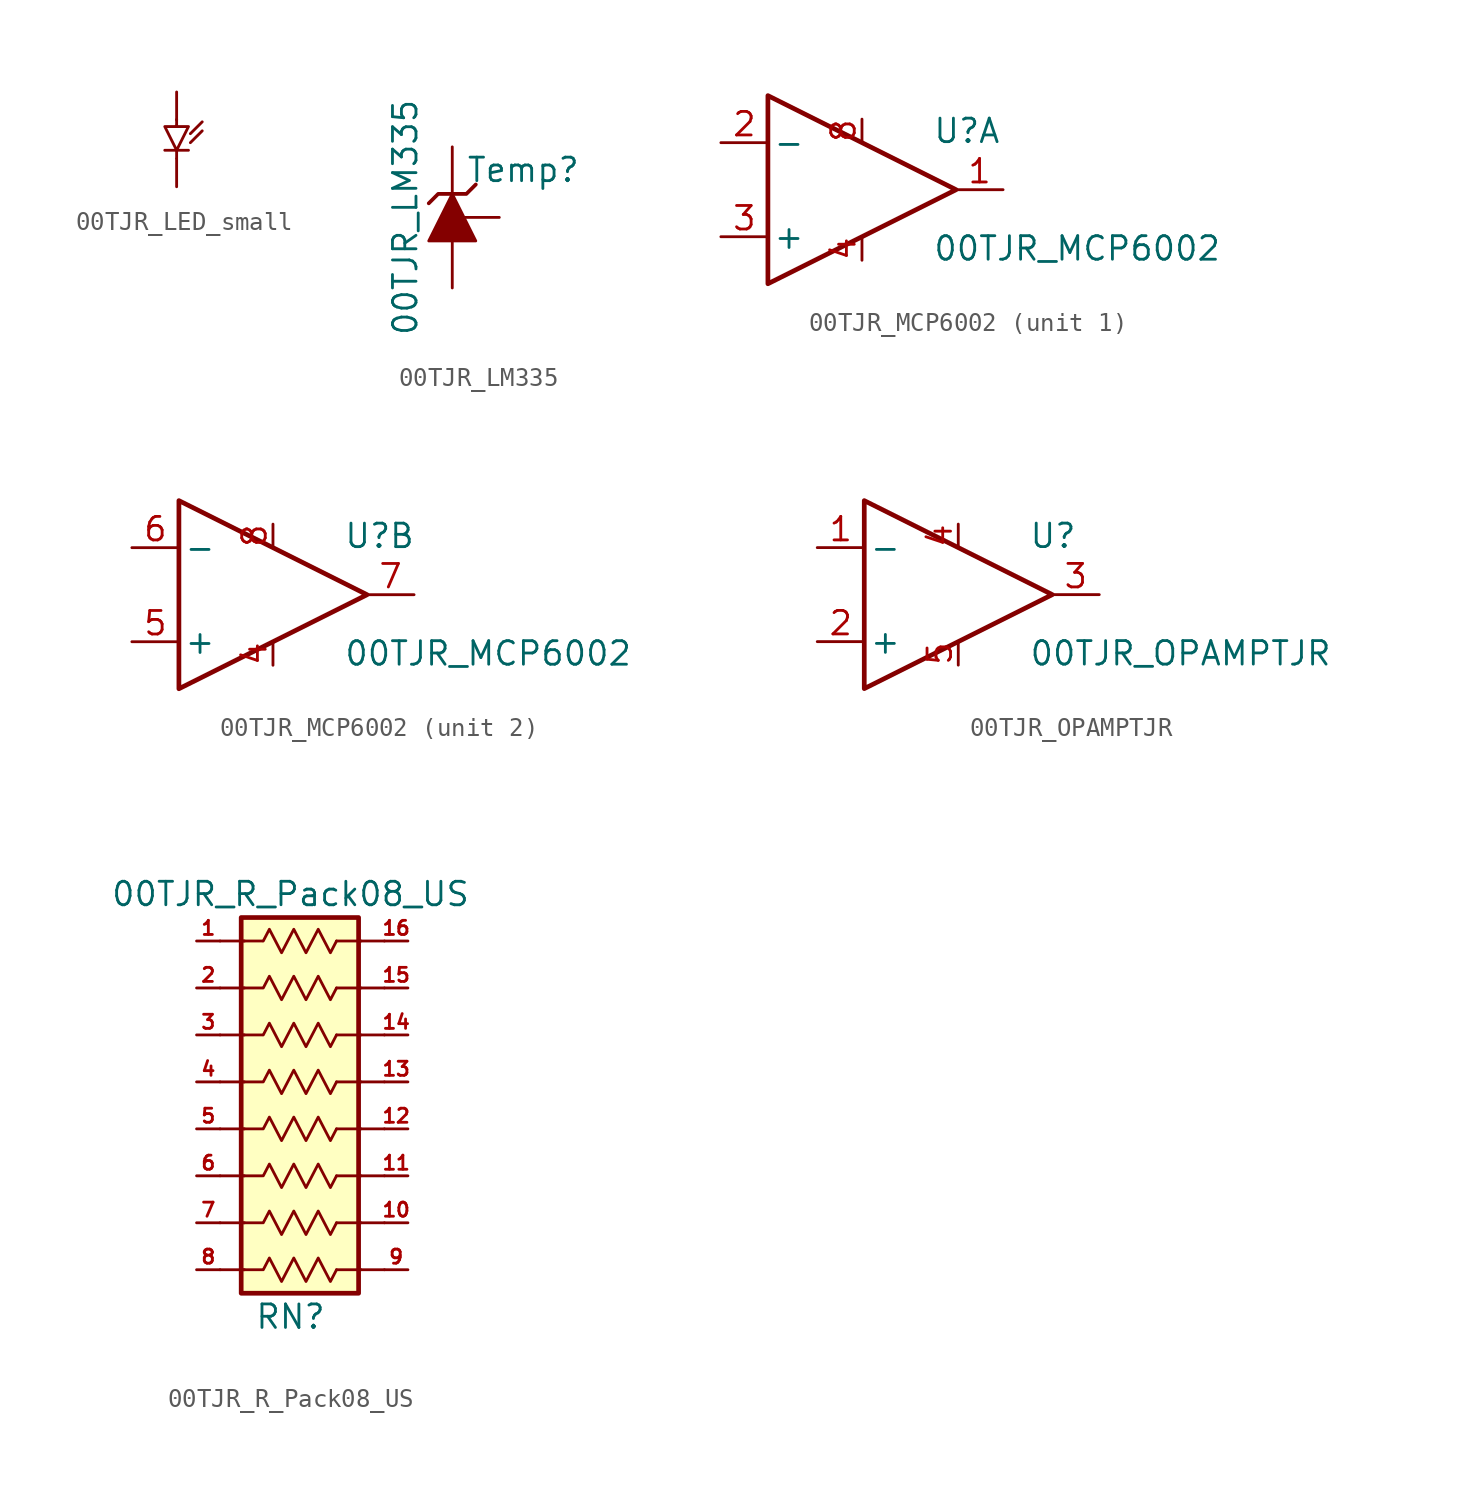
<source format=kicad_sym>
(kicad_symbol_lib
  (version 20220914)
  (generator kicad_symbol_editor)
  (symbol "00TJR_LED_small"
    (pin_numbers hide)
    (pin_names
      (offset 1.016) hide)
    (property "Reference" "D"
      (at -6.35 -1.27 90)
      (effects (font (size 1.27 1.27)) hide))
    (symbol "00TJR_LED_small_0_1"
      (polyline (pts (xy -0.635 -1.854) (xy 0.635 -1.854)) (stroke (width 0) (type solid)) (fill (type none)))
      (polyline (pts (xy 0 -1.829) (xy 0 -2.286)) (stroke (width 0) (type solid)) (fill (type none)))
      (polyline (pts (xy 0.737 -0.965) (xy 1.372 -0.33)) (stroke (width 0) (type solid)) (fill (type none)))
      (polyline (pts (xy 0 -0.203) (xy 0 -0.533) (xy -0.025 -0.533)) (stroke (width 0) (type solid)) (fill (type none)))
      (polyline (pts (xy -0.635 -0.584) (xy 0.635 -0.584) (xy 0 -1.854) (xy -0.635 -0.584)) (stroke (width 0) (type solid)) (fill (type none))))
    (symbol "00TJR_LED_small_1_1"
      (polyline (pts (xy 0.737 -1.448) (xy 1.372 -0.813)) (stroke (width 0) (type solid)) (fill (type none)))
      (pin passive line (at 0 -3.81 90) (length 1.499) (name "K" (effects (font (size 1.27 1.27)))) (number "1" (effects (font (size 1.27 1.27)))))
      (pin passive line (at 0 1.27 270) (length 1.499) (name "A" (effects (font (size 1.27 1.27)))) (number "2" (effects (font (size 1.27 1.27)))))))
  (symbol "00TJR_LM335"
    (pin_numbers hide)
    (pin_names
      (offset 1.016) hide)
    (property "Reference" "Temp"
      (at 3.835 1.295 0)
      (effects (font (size 1.27 1.27))))
    (property "Value" "00TJR_LM335"
      (at -2.54 -1.27 90)
      (effects (font (size 1.27 1.27))))
    (property "Footprint" ""
      (at 0 -1.27 90)
      (effects (font (size 1.27 1.27))))
    (property "Datasheet" ""
      (at 0 -1.27 90)
      (effects (font (size 1.27 1.27))))
    (symbol "00TJR_LM335_0_1"
      (polyline (pts (xy 0 0) (xy 1.27 -2.54) (xy -1.27 -2.54) (xy 0 0) (xy 0 0)) (stroke (width 0) (type solid)) (fill (type outline)))
      (polyline (pts (xy 1.27 0.508) (xy 0.762 0) (xy -0.762 0) (xy -1.27 -0.508) (xy -1.27 -0.508)) (stroke (width 0.203) (type solid)) (fill (type none))))
    (symbol "00TJR_LM335_1_1"
      (pin passive line (at 0 2.54 270) (length 2.54) (name "K" (effects (font (size 1.27 1.27)))) (number "1" (effects (font (size 1.27 1.27)))))
      (pin passive line (at 2.54 -1.27 180) (length 2.997) (name "K" (effects (font (size 1.27 1.27)))) (number "1" (effects (font (size 1.27 1.27)))))
      (pin passive line (at 0 -5.08 90) (length 2.54) (name "A" (effects (font (size 1.27 1.27)))) (number "2" (effects (font (size 1.27 1.27)))))))
  (symbol "00TJR_MCP6002"
    (pin_names
      (offset 0.254))
    (property "Reference" "U"
      (at 3.81 3.175 0)
      (effects (font (size 1.27 1.27)) (justify left)))
    (property "Value" "00TJR_MCP6002"
      (at 3.81 -3.175 0)
      (effects (font (size 1.27 1.27)) (justify left)))
    (symbol "00TJR_MCP6002_0_1"
      (polyline (pts (xy 5.08 0) (xy -5.08 5.08) (xy -5.08 -5.08) (xy 5.08 0)) (stroke (width 0.254) (type solid)) (fill (type none)))
      (pin power_in line (at 0 -3.81 90) (length 1.245) (name "VSS" (effects (font (size 0 0)))) (number "4" (effects (font (size 1.27 1.27)))))
      (pin power_in line (at 0 3.81 270) (length 1.245) (name "VDD" (effects (font (size 0 0)))) (number "8" (effects (font (size 1.27 1.27))))))
    (symbol "00TJR_MCP6002_1_1"
      (pin output line (at 7.62 0 180) (length 2.54) (name "~" (effects (font (size 1.27 1.27)))) (number "1" (effects (font (size 1.27 1.27)))))
      (pin input line (at -7.62 2.54 0) (length 2.54) (name "-" (effects (font (size 1.27 1.27)))) (number "2" (effects (font (size 1.27 1.27)))))
      (pin input line (at -7.62 -2.54 0) (length 2.54) (name "+" (effects (font (size 1.27 1.27)))) (number "3" (effects (font (size 1.27 1.27))))))
    (symbol "00TJR_MCP6002_2_1"
      (pin input line (at -7.62 -2.54 0) (length 2.54) (name "+" (effects (font (size 1.27 1.27)))) (number "5" (effects (font (size 1.27 1.27)))))
      (pin input line (at -7.62 2.54 0) (length 2.54) (name "-" (effects (font (size 1.27 1.27)))) (number "6" (effects (font (size 1.27 1.27)))))
      (pin output line (at 7.62 0 180) (length 2.54) (name "~" (effects (font (size 1.27 1.27)))) (number "7" (effects (font (size 1.27 1.27)))))))
  (symbol "00TJR_OPAMPTJR"
    (pin_names
      (offset 0.254))
    (property "Reference" "U"
      (at 3.81 3.175 0)
      (effects (font (size 1.27 1.27)) (justify left)))
    (property "Value" "00TJR_OPAMPTJR"
      (at 3.81 -3.175 0)
      (effects (font (size 1.27 1.27)) (justify left)))
    (symbol "00TJR_OPAMPTJR_0_1"
      (polyline (pts (xy 5.08 0) (xy -5.08 5.08) (xy -5.08 -5.08) (xy 5.08 0)) (stroke (width 0.254) (type solid)) (fill (type none))))
    (symbol "00TJR_OPAMPTJR_1_1"
      (pin input line (at -7.62 2.54 0) (length 2.54) (name "-" (effects (font (size 1.27 1.27)))) (number "1" (effects (font (size 1.27 1.27)))))
      (pin input line (at -7.62 -2.54 0) (length 2.54) (name "+" (effects (font (size 1.27 1.27)))) (number "2" (effects (font (size 1.27 1.27)))))
      (pin output line (at 7.62 0 180) (length 2.54) (name "~" (effects (font (size 1.27 1.27)))) (number "3" (effects (font (size 1.27 1.27)))))
      (pin power_in line (at 0 3.81 270) (length 1.245) (name "V+" (effects (font (size 0 0)))) (number "4" (effects (font (size 1.27 1.27)))))
      (pin power_in line (at 0 -3.81 90) (length 1.245) (name "V-" (effects (font (size 0 0)))) (number "5" (effects (font (size 1.27 1.27)))))))
  (symbol "00TJR_R_Pack08_US"
    (pin_names
      (offset 0) hide)
    (property "Reference" "RN"
      (at -1.27 -11.43 0)
      (effects (font (size 1.27 1.27))))
    (property "Value" "00TJR_R_Pack08_US"
      (at -1.27 11.43 0)
      (effects (font (size 1.27 1.27))))
    (symbol "00TJR_R_Pack08_US_0_1"
      (polyline (pts (xy -3.81 -8.89) (xy -2.794 -8.89)) (stroke (width 0) (type solid)) (fill (type none)))
      (polyline (pts (xy -3.81 -6.35) (xy -2.794 -6.35)) (stroke (width 0) (type solid)) (fill (type none)))
      (polyline (pts (xy -3.81 -3.81) (xy -2.794 -3.81)) (stroke (width 0) (type solid)) (fill (type none)))
      (polyline (pts (xy -3.81 -1.27) (xy -2.794 -1.27)) (stroke (width 0) (type solid)) (fill (type none)))
      (polyline (pts (xy -3.81 1.27) (xy -2.794 1.27)) (stroke (width 0) (type solid)) (fill (type none)))
      (polyline (pts (xy -3.81 3.81) (xy -2.794 3.81)) (stroke (width 0) (type solid)) (fill (type none)))
      (polyline (pts (xy -3.81 6.35) (xy -2.794 6.35)) (stroke (width 0) (type solid)) (fill (type none)))
      (polyline (pts (xy -3.81 8.89) (xy -2.794 8.89)) (stroke (width 0) (type solid)) (fill (type none)))
      (polyline (pts (xy 1.219 3.81) (xy 2.54 3.81)) (stroke (width 0) (type solid)) (fill (type none)))
      (polyline (pts (xy 1.219 6.35) (xy 2.54 6.35)) (stroke (width 0) (type solid)) (fill (type none)))
      (polyline (pts (xy 1.219 8.89) (xy 2.54 8.89)) (stroke (width 0) (type solid)) (fill (type none)))
      (polyline (pts (xy 2.54 -8.89) (xy 1.219 -8.89)) (stroke (width 0) (type solid)) (fill (type none)))
      (polyline (pts (xy 2.54 -6.35) (xy 1.219 -6.35)) (stroke (width 0) (type solid)) (fill (type none)))
      (polyline (pts (xy 2.54 -3.81) (xy 1.219 -3.81)) (stroke (width 0) (type solid)) (fill (type none)))
      (polyline (pts (xy 2.54 -1.27) (xy 1.219 -1.27)) (stroke (width 0) (type solid)) (fill (type none)))
      (polyline (pts (xy 2.54 1.27) (xy 1.219 1.27)) (stroke (width 0) (type solid)) (fill (type none)))
      (polyline (pts (xy 3.81 -8.89) (xy 2.54 -8.89)) (stroke (width 0) (type solid)) (fill (type none)))
      (polyline (pts (xy 3.81 -6.35) (xy 2.54 -6.35)) (stroke (width 0) (type solid)) (fill (type none)))
      (polyline (pts (xy 3.81 -3.81) (xy 2.54 -3.81)) (stroke (width 0) (type solid)) (fill (type none)))
      (polyline (pts (xy 3.81 -1.27) (xy 2.54 -1.27)) (stroke (width 0) (type solid)) (fill (type none)))
      (polyline (pts (xy 3.81 1.27) (xy 2.54 1.27)) (stroke (width 0) (type solid)) (fill (type none)))
      (polyline (pts (xy 3.81 3.81) (xy 2.54 3.81)) (stroke (width 0) (type solid)) (fill (type none)))
      (polyline (pts (xy 3.81 6.35) (xy 2.54 6.35)) (stroke (width 0) (type solid)) (fill (type none)))
      (polyline (pts (xy 3.81 8.89) (xy 2.54 8.89)) (stroke (width 0) (type solid)) (fill (type none)))
      (polyline (pts (xy -2.743 -8.89) (xy -2.413 -8.255) (xy -1.753 -9.525) (xy -1.092 -8.255) (xy -0.432 -9.525) (xy 0.229 -8.255) (xy 0.889 -9.525) (xy 1.219 -8.89)) (stroke (width 0) (type solid)) (fill (type none)))
      (polyline (pts (xy -2.743 -6.35) (xy -2.413 -5.715) (xy -1.753 -6.985) (xy -1.092 -5.715) (xy -0.432 -6.985) (xy 0.229 -5.715) (xy 0.889 -6.985) (xy 1.219 -6.35)) (stroke (width 0) (type solid)) (fill (type none)))
      (polyline (pts (xy -2.743 -3.81) (xy -2.413 -3.175) (xy -1.753 -4.445) (xy -1.092 -3.175) (xy -0.432 -4.445) (xy 0.229 -3.175) (xy 0.889 -4.445) (xy 1.219 -3.81)) (stroke (width 0) (type solid)) (fill (type none)))
      (polyline (pts (xy -2.743 -1.27) (xy -2.413 -0.635) (xy -1.753 -1.905) (xy -1.092 -0.635) (xy -0.432 -1.905) (xy 0.229 -0.635) (xy 0.889 -1.905) (xy 1.219 -1.27)) (stroke (width 0) (type solid)) (fill (type none)))
      (polyline (pts (xy -2.743 1.27) (xy -2.413 1.905) (xy -1.753 0.635) (xy -1.092 1.905) (xy -0.432 0.635) (xy 0.229 1.905) (xy 0.889 0.635) (xy 1.219 1.27)) (stroke (width 0) (type solid)) (fill (type none)))
      (polyline (pts (xy -2.743 3.81) (xy -2.413 4.445) (xy -1.753 3.175) (xy -1.092 4.445) (xy -0.432 3.175) (xy 0.229 4.445) (xy 0.889 3.175) (xy 1.219 3.81)) (stroke (width 0) (type solid)) (fill (type none)))
      (polyline (pts (xy -2.743 6.35) (xy -2.413 6.985) (xy -1.753 5.715) (xy -1.092 6.985) (xy -0.432 5.715) (xy 0.229 6.985) (xy 0.889 5.715) (xy 1.219 6.35)) (stroke (width 0) (type solid)) (fill (type none)))
      (polyline (pts (xy -2.743 8.89) (xy -2.413 9.525) (xy -1.753 8.255) (xy -1.092 9.525) (xy -0.432 8.255) (xy 0.229 9.525) (xy 0.889 8.255) (xy 1.219 8.89)) (stroke (width 0) (type solid)) (fill (type none)))
      (rectangle (start 2.413 -10.16) (end -3.937 10.16) (stroke (width 0.254) (type solid)) (fill (type background))))
    (symbol "00TJR_R_Pack08_US_1_1"
      (polyline (pts (xy -5.08 -8.89) (xy -3.759 -8.89)) (stroke (width 0) (type solid)) (fill (type none)))
      (polyline (pts (xy -5.08 -6.35) (xy -3.759 -6.35)) (stroke (width 0) (type solid)) (fill (type none)))
      (polyline (pts (xy -5.08 -3.81) (xy -3.759 -3.81)) (stroke (width 0) (type solid)) (fill (type none)))
      (polyline (pts (xy -5.08 -1.27) (xy -3.759 -1.27)) (stroke (width 0) (type solid)) (fill (type none)))
      (polyline (pts (xy -5.08 1.27) (xy -3.759 1.27)) (stroke (width 0) (type solid)) (fill (type none)))
      (polyline (pts (xy -3.759 3.81) (xy -5.08 3.81)) (stroke (width 0) (type solid)) (fill (type none)))
      (polyline (pts (xy -3.759 6.35) (xy -5.08 6.35)) (stroke (width 0) (type solid)) (fill (type none)))
      (polyline (pts (xy -3.759 8.89) (xy -5.08 8.89)) (stroke (width 0) (type solid)) (fill (type none)))
      (pin passive line (at -6.35 8.89 0) (length 1.27) (name "1" (effects (font (size 1.27 1.27)))) (number "1" (effects (font (size 0.762 0.762)))))
      (pin passive line (at 5.08 -6.35 180) (length 1.27) (name "10" (effects (font (size 1.27 1.27)))) (number "10" (effects (font (size 0.762 0.762)))))
      (pin passive line (at 5.08 -3.81 180) (length 1.27) (name "11" (effects (font (size 1.27 1.27)))) (number "11" (effects (font (size 0.762 0.762)))))
      (pin passive line (at 5.08 -1.27 180) (length 1.27) (name "12" (effects (font (size 1.27 1.27)))) (number "12" (effects (font (size 0.762 0.762)))))
      (pin passive line (at 5.08 1.27 180) (length 1.27) (name "13" (effects (font (size 1.27 1.27)))) (number "13" (effects (font (size 0.762 0.762)))))
      (pin passive line (at 5.08 3.81 180) (length 1.27) (name "14" (effects (font (size 1.27 1.27)))) (number "14" (effects (font (size 0.762 0.762)))))
      (pin passive line (at 5.08 6.35 180) (length 1.27) (name "15" (effects (font (size 1.27 1.27)))) (number "15" (effects (font (size 0.762 0.762)))))
      (pin passive line (at 5.08 8.89 180) (length 1.27) (name "16" (effects (font (size 1.27 1.27)))) (number "16" (effects (font (size 0.762 0.762)))))
      (pin passive line (at -6.35 6.35 0) (length 1.27) (name "2" (effects (font (size 1.27 1.27)))) (number "2" (effects (font (size 0.762 0.762)))))
      (pin passive line (at -6.35 3.81 0) (length 1.27) (name "3" (effects (font (size 1.27 1.27)))) (number "3" (effects (font (size 0.762 0.762)))))
      (pin passive line (at -6.35 1.27 0) (length 1.27) (name "4" (effects (font (size 1.27 1.27)))) (number "4" (effects (font (size 0.762 0.762)))))
      (pin passive line (at -6.35 -1.27 0) (length 1.27) (name "5" (effects (font (size 1.27 1.27)))) (number "5" (effects (font (size 0.762 0.762)))))
      (pin passive line (at -6.35 -3.81 0) (length 1.27) (name "6" (effects (font (size 1.27 1.27)))) (number "6" (effects (font (size 0.762 0.762)))))
      (pin passive line (at -6.35 -6.35 0) (length 1.27) (name "7" (effects (font (size 1.27 1.27)))) (number "7" (effects (font (size 0.762 0.762)))))
      (pin passive line (at -6.35 -8.89 0) (length 1.27) (name "8" (effects (font (size 1.27 1.27)))) (number "8" (effects (font (size 0.762 0.762)))))
      (pin passive line (at 5.08 -8.89 180) (length 1.27) (name "9" (effects (font (size 1.27 1.27)))) (number "9" (effects (font (size 0.762 0.762))))))))
</source>
